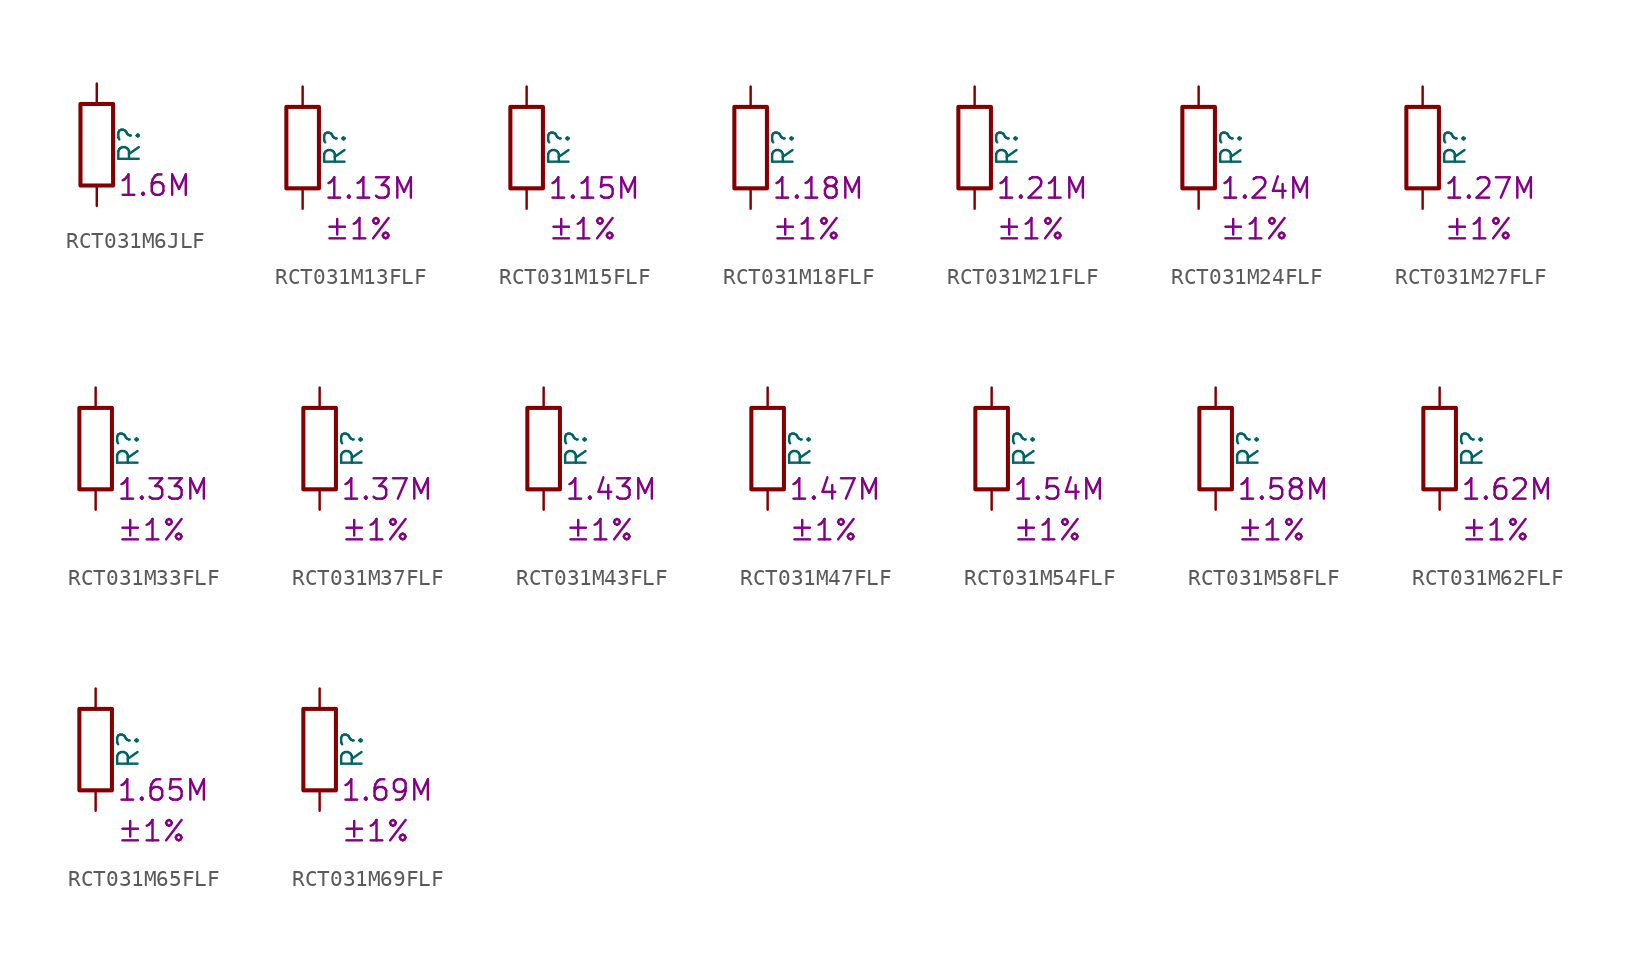
<source format=kicad_sym>
(kicad_symbol_lib
  (version 20220914)
  (generator kicad_symbol_editor)
  (symbol "RCT031M6JLF"
    (pin_numbers hide)
    (pin_names
      (offset 0))
    (property "Reference" "R"
      (at 2.032 0 90)
      (effects (font (size 1.27 1.27))))
    (property "Resistance" "1.6M"
      (at 1.27 -2.54 0)
      (effects (font (size 1.27 1.27)) (justify left)))
    (symbol "RCT031M6JLF_0_1"
      (rectangle (start -1.016 -2.54) (end 1.016 2.54) (stroke (width 0.254) (type default)) (fill (type none))))
    (symbol "RCT031M6JLF_1_1"
      (pin passive line (at 0 3.81 270) (length 1.27) (name "~" (effects (font (size 1.27 1.27)))) (number "1" (effects (font (size 1.27 1.27)))))
      (pin passive line (at 0 -3.81 90) (length 1.27) (name "~" (effects (font (size 1.27 1.27)))) (number "2" (effects (font (size 1.27 1.27)))))))
  (symbol "RCT031M13FLF"
    (pin_numbers hide)
    (pin_names
      (offset 0))
    (property "Reference" "R"
      (at 2.032 0 90)
      (effects (font (size 1.27 1.27))))
    (property "Resistance" "1.13M"
      (at 1.27 -2.54 0)
      (effects (font (size 1.27 1.27)) (justify left)))
    (property "Tolerance" "±1%"
      (at 1.27 -5.08 0)
      (effects (font (size 1.27 1.27)) (justify left)))
    (symbol "RCT031M13FLF_0_1"
      (rectangle (start -1.016 -2.54) (end 1.016 2.54) (stroke (width 0.254) (type default)) (fill (type none))))
    (symbol "RCT031M13FLF_1_1"
      (pin passive line (at 0 3.81 270) (length 1.27) (name "~" (effects (font (size 1.27 1.27)))) (number "1" (effects (font (size 1.27 1.27)))))
      (pin passive line (at 0 -3.81 90) (length 1.27) (name "~" (effects (font (size 1.27 1.27)))) (number "2" (effects (font (size 1.27 1.27)))))))
  (symbol "RCT031M15FLF"
    (pin_numbers hide)
    (pin_names
      (offset 0))
    (property "Reference" "R"
      (at 2.032 0 90)
      (effects (font (size 1.27 1.27))))
    (property "Resistance" "1.15M"
      (at 1.27 -2.54 0)
      (effects (font (size 1.27 1.27)) (justify left)))
    (property "Tolerance" "±1%"
      (at 1.27 -5.08 0)
      (effects (font (size 1.27 1.27)) (justify left)))
    (symbol "RCT031M15FLF_0_1"
      (rectangle (start -1.016 -2.54) (end 1.016 2.54) (stroke (width 0.254) (type default)) (fill (type none))))
    (symbol "RCT031M15FLF_1_1"
      (pin passive line (at 0 3.81 270) (length 1.27) (name "~" (effects (font (size 1.27 1.27)))) (number "1" (effects (font (size 1.27 1.27)))))
      (pin passive line (at 0 -3.81 90) (length 1.27) (name "~" (effects (font (size 1.27 1.27)))) (number "2" (effects (font (size 1.27 1.27)))))))
  (symbol "RCT031M18FLF"
    (pin_numbers hide)
    (pin_names
      (offset 0))
    (property "Reference" "R"
      (at 2.032 0 90)
      (effects (font (size 1.27 1.27))))
    (property "Resistance" "1.18M"
      (at 1.27 -2.54 0)
      (effects (font (size 1.27 1.27)) (justify left)))
    (property "Tolerance" "±1%"
      (at 1.27 -5.08 0)
      (effects (font (size 1.27 1.27)) (justify left)))
    (symbol "RCT031M18FLF_0_1"
      (rectangle (start -1.016 -2.54) (end 1.016 2.54) (stroke (width 0.254) (type default)) (fill (type none))))
    (symbol "RCT031M18FLF_1_1"
      (pin passive line (at 0 3.81 270) (length 1.27) (name "~" (effects (font (size 1.27 1.27)))) (number "1" (effects (font (size 1.27 1.27)))))
      (pin passive line (at 0 -3.81 90) (length 1.27) (name "~" (effects (font (size 1.27 1.27)))) (number "2" (effects (font (size 1.27 1.27)))))))
  (symbol "RCT031M21FLF"
    (pin_numbers hide)
    (pin_names
      (offset 0))
    (property "Reference" "R"
      (at 2.032 0 90)
      (effects (font (size 1.27 1.27))))
    (property "Resistance" "1.21M"
      (at 1.27 -2.54 0)
      (effects (font (size 1.27 1.27)) (justify left)))
    (property "Tolerance" "±1%"
      (at 1.27 -5.08 0)
      (effects (font (size 1.27 1.27)) (justify left)))
    (symbol "RCT031M21FLF_0_1"
      (rectangle (start -1.016 -2.54) (end 1.016 2.54) (stroke (width 0.254) (type default)) (fill (type none))))
    (symbol "RCT031M21FLF_1_1"
      (pin passive line (at 0 3.81 270) (length 1.27) (name "~" (effects (font (size 1.27 1.27)))) (number "1" (effects (font (size 1.27 1.27)))))
      (pin passive line (at 0 -3.81 90) (length 1.27) (name "~" (effects (font (size 1.27 1.27)))) (number "2" (effects (font (size 1.27 1.27)))))))
  (symbol "RCT031M24FLF"
    (pin_numbers hide)
    (pin_names
      (offset 0))
    (property "Reference" "R"
      (at 2.032 0 90)
      (effects (font (size 1.27 1.27))))
    (property "Resistance" "1.24M"
      (at 1.27 -2.54 0)
      (effects (font (size 1.27 1.27)) (justify left)))
    (property "Tolerance" "±1%"
      (at 1.27 -5.08 0)
      (effects (font (size 1.27 1.27)) (justify left)))
    (symbol "RCT031M24FLF_0_1"
      (rectangle (start -1.016 -2.54) (end 1.016 2.54) (stroke (width 0.254) (type default)) (fill (type none))))
    (symbol "RCT031M24FLF_1_1"
      (pin passive line (at 0 3.81 270) (length 1.27) (name "~" (effects (font (size 1.27 1.27)))) (number "1" (effects (font (size 1.27 1.27)))))
      (pin passive line (at 0 -3.81 90) (length 1.27) (name "~" (effects (font (size 1.27 1.27)))) (number "2" (effects (font (size 1.27 1.27)))))))
  (symbol "RCT031M27FLF"
    (pin_numbers hide)
    (pin_names
      (offset 0))
    (property "Reference" "R"
      (at 2.032 0 90)
      (effects (font (size 1.27 1.27))))
    (property "Resistance" "1.27M"
      (at 1.27 -2.54 0)
      (effects (font (size 1.27 1.27)) (justify left)))
    (property "Tolerance" "±1%"
      (at 1.27 -5.08 0)
      (effects (font (size 1.27 1.27)) (justify left)))
    (symbol "RCT031M27FLF_0_1"
      (rectangle (start -1.016 -2.54) (end 1.016 2.54) (stroke (width 0.254) (type default)) (fill (type none))))
    (symbol "RCT031M27FLF_1_1"
      (pin passive line (at 0 3.81 270) (length 1.27) (name "~" (effects (font (size 1.27 1.27)))) (number "1" (effects (font (size 1.27 1.27)))))
      (pin passive line (at 0 -3.81 90) (length 1.27) (name "~" (effects (font (size 1.27 1.27)))) (number "2" (effects (font (size 1.27 1.27)))))))
  (symbol "RCT031M33FLF"
    (pin_numbers hide)
    (pin_names
      (offset 0))
    (property "Reference" "R"
      (at 2.032 0 90)
      (effects (font (size 1.27 1.27))))
    (property "Resistance" "1.33M"
      (at 1.27 -2.54 0)
      (effects (font (size 1.27 1.27)) (justify left)))
    (property "Tolerance" "±1%"
      (at 1.27 -5.08 0)
      (effects (font (size 1.27 1.27)) (justify left)))
    (symbol "RCT031M33FLF_0_1"
      (rectangle (start -1.016 -2.54) (end 1.016 2.54) (stroke (width 0.254) (type default)) (fill (type none))))
    (symbol "RCT031M33FLF_1_1"
      (pin passive line (at 0 3.81 270) (length 1.27) (name "~" (effects (font (size 1.27 1.27)))) (number "1" (effects (font (size 1.27 1.27)))))
      (pin passive line (at 0 -3.81 90) (length 1.27) (name "~" (effects (font (size 1.27 1.27)))) (number "2" (effects (font (size 1.27 1.27)))))))
  (symbol "RCT031M37FLF"
    (pin_numbers hide)
    (pin_names
      (offset 0))
    (property "Reference" "R"
      (at 2.032 0 90)
      (effects (font (size 1.27 1.27))))
    (property "Resistance" "1.37M"
      (at 1.27 -2.54 0)
      (effects (font (size 1.27 1.27)) (justify left)))
    (property "Tolerance" "±1%"
      (at 1.27 -5.08 0)
      (effects (font (size 1.27 1.27)) (justify left)))
    (symbol "RCT031M37FLF_0_1"
      (rectangle (start -1.016 -2.54) (end 1.016 2.54) (stroke (width 0.254) (type default)) (fill (type none))))
    (symbol "RCT031M37FLF_1_1"
      (pin passive line (at 0 3.81 270) (length 1.27) (name "~" (effects (font (size 1.27 1.27)))) (number "1" (effects (font (size 1.27 1.27)))))
      (pin passive line (at 0 -3.81 90) (length 1.27) (name "~" (effects (font (size 1.27 1.27)))) (number "2" (effects (font (size 1.27 1.27)))))))
  (symbol "RCT031M43FLF"
    (pin_numbers hide)
    (pin_names
      (offset 0))
    (property "Reference" "R"
      (at 2.032 0 90)
      (effects (font (size 1.27 1.27))))
    (property "Resistance" "1.43M"
      (at 1.27 -2.54 0)
      (effects (font (size 1.27 1.27)) (justify left)))
    (property "Tolerance" "±1%"
      (at 1.27 -5.08 0)
      (effects (font (size 1.27 1.27)) (justify left)))
    (symbol "RCT031M43FLF_0_1"
      (rectangle (start -1.016 -2.54) (end 1.016 2.54) (stroke (width 0.254) (type default)) (fill (type none))))
    (symbol "RCT031M43FLF_1_1"
      (pin passive line (at 0 3.81 270) (length 1.27) (name "~" (effects (font (size 1.27 1.27)))) (number "1" (effects (font (size 1.27 1.27)))))
      (pin passive line (at 0 -3.81 90) (length 1.27) (name "~" (effects (font (size 1.27 1.27)))) (number "2" (effects (font (size 1.27 1.27)))))))
  (symbol "RCT031M47FLF"
    (pin_numbers hide)
    (pin_names
      (offset 0))
    (property "Reference" "R"
      (at 2.032 0 90)
      (effects (font (size 1.27 1.27))))
    (property "Resistance" "1.47M"
      (at 1.27 -2.54 0)
      (effects (font (size 1.27 1.27)) (justify left)))
    (property "Tolerance" "±1%"
      (at 1.27 -5.08 0)
      (effects (font (size 1.27 1.27)) (justify left)))
    (symbol "RCT031M47FLF_0_1"
      (rectangle (start -1.016 -2.54) (end 1.016 2.54) (stroke (width 0.254) (type default)) (fill (type none))))
    (symbol "RCT031M47FLF_1_1"
      (pin passive line (at 0 3.81 270) (length 1.27) (name "~" (effects (font (size 1.27 1.27)))) (number "1" (effects (font (size 1.27 1.27)))))
      (pin passive line (at 0 -3.81 90) (length 1.27) (name "~" (effects (font (size 1.27 1.27)))) (number "2" (effects (font (size 1.27 1.27)))))))
  (symbol "RCT031M54FLF"
    (pin_numbers hide)
    (pin_names
      (offset 0))
    (property "Reference" "R"
      (at 2.032 0 90)
      (effects (font (size 1.27 1.27))))
    (property "Resistance" "1.54M"
      (at 1.27 -2.54 0)
      (effects (font (size 1.27 1.27)) (justify left)))
    (property "Tolerance" "±1%"
      (at 1.27 -5.08 0)
      (effects (font (size 1.27 1.27)) (justify left)))
    (symbol "RCT031M54FLF_0_1"
      (rectangle (start -1.016 -2.54) (end 1.016 2.54) (stroke (width 0.254) (type default)) (fill (type none))))
    (symbol "RCT031M54FLF_1_1"
      (pin passive line (at 0 3.81 270) (length 1.27) (name "~" (effects (font (size 1.27 1.27)))) (number "1" (effects (font (size 1.27 1.27)))))
      (pin passive line (at 0 -3.81 90) (length 1.27) (name "~" (effects (font (size 1.27 1.27)))) (number "2" (effects (font (size 1.27 1.27)))))))
  (symbol "RCT031M58FLF"
    (pin_numbers hide)
    (pin_names
      (offset 0))
    (property "Reference" "R"
      (at 2.032 0 90)
      (effects (font (size 1.27 1.27))))
    (property "Resistance" "1.58M"
      (at 1.27 -2.54 0)
      (effects (font (size 1.27 1.27)) (justify left)))
    (property "Tolerance" "±1%"
      (at 1.27 -5.08 0)
      (effects (font (size 1.27 1.27)) (justify left)))
    (symbol "RCT031M58FLF_0_1"
      (rectangle (start -1.016 -2.54) (end 1.016 2.54) (stroke (width 0.254) (type default)) (fill (type none))))
    (symbol "RCT031M58FLF_1_1"
      (pin passive line (at 0 3.81 270) (length 1.27) (name "~" (effects (font (size 1.27 1.27)))) (number "1" (effects (font (size 1.27 1.27)))))
      (pin passive line (at 0 -3.81 90) (length 1.27) (name "~" (effects (font (size 1.27 1.27)))) (number "2" (effects (font (size 1.27 1.27)))))))
  (symbol "RCT031M62FLF"
    (pin_numbers hide)
    (pin_names
      (offset 0))
    (property "Reference" "R"
      (at 2.032 0 90)
      (effects (font (size 1.27 1.27))))
    (property "Resistance" "1.62M"
      (at 1.27 -2.54 0)
      (effects (font (size 1.27 1.27)) (justify left)))
    (property "Tolerance" "±1%"
      (at 1.27 -5.08 0)
      (effects (font (size 1.27 1.27)) (justify left)))
    (symbol "RCT031M62FLF_0_1"
      (rectangle (start -1.016 -2.54) (end 1.016 2.54) (stroke (width 0.254) (type default)) (fill (type none))))
    (symbol "RCT031M62FLF_1_1"
      (pin passive line (at 0 3.81 270) (length 1.27) (name "~" (effects (font (size 1.27 1.27)))) (number "1" (effects (font (size 1.27 1.27)))))
      (pin passive line (at 0 -3.81 90) (length 1.27) (name "~" (effects (font (size 1.27 1.27)))) (number "2" (effects (font (size 1.27 1.27)))))))
  (symbol "RCT031M65FLF"
    (pin_numbers hide)
    (pin_names
      (offset 0))
    (property "Reference" "R"
      (at 2.032 0 90)
      (effects (font (size 1.27 1.27))))
    (property "Resistance" "1.65M"
      (at 1.27 -2.54 0)
      (effects (font (size 1.27 1.27)) (justify left)))
    (property "Tolerance" "±1%"
      (at 1.27 -5.08 0)
      (effects (font (size 1.27 1.27)) (justify left)))
    (symbol "RCT031M65FLF_0_1"
      (rectangle (start -1.016 -2.54) (end 1.016 2.54) (stroke (width 0.254) (type default)) (fill (type none))))
    (symbol "RCT031M65FLF_1_1"
      (pin passive line (at 0 3.81 270) (length 1.27) (name "~" (effects (font (size 1.27 1.27)))) (number "1" (effects (font (size 1.27 1.27)))))
      (pin passive line (at 0 -3.81 90) (length 1.27) (name "~" (effects (font (size 1.27 1.27)))) (number "2" (effects (font (size 1.27 1.27)))))))
  (symbol "RCT031M69FLF"
    (pin_numbers hide)
    (pin_names
      (offset 0))
    (property "Reference" "R"
      (at 2.032 0 90)
      (effects (font (size 1.27 1.27))))
    (property "Resistance" "1.69M"
      (at 1.27 -2.54 0)
      (effects (font (size 1.27 1.27)) (justify left)))
    (property "Tolerance" "±1%"
      (at 1.27 -5.08 0)
      (effects (font (size 1.27 1.27)) (justify left)))
    (symbol "RCT031M69FLF_0_1"
      (rectangle (start -1.016 -2.54) (end 1.016 2.54) (stroke (width 0.254) (type default)) (fill (type none))))
    (symbol "RCT031M69FLF_1_1"
      (pin passive line (at 0 3.81 270) (length 1.27) (name "~" (effects (font (size 1.27 1.27)))) (number "1" (effects (font (size 1.27 1.27)))))
      (pin passive line (at 0 -3.81 90) (length 1.27) (name "~" (effects (font (size 1.27 1.27)))) (number "2" (effects (font (size 1.27 1.27))))))))
</source>
